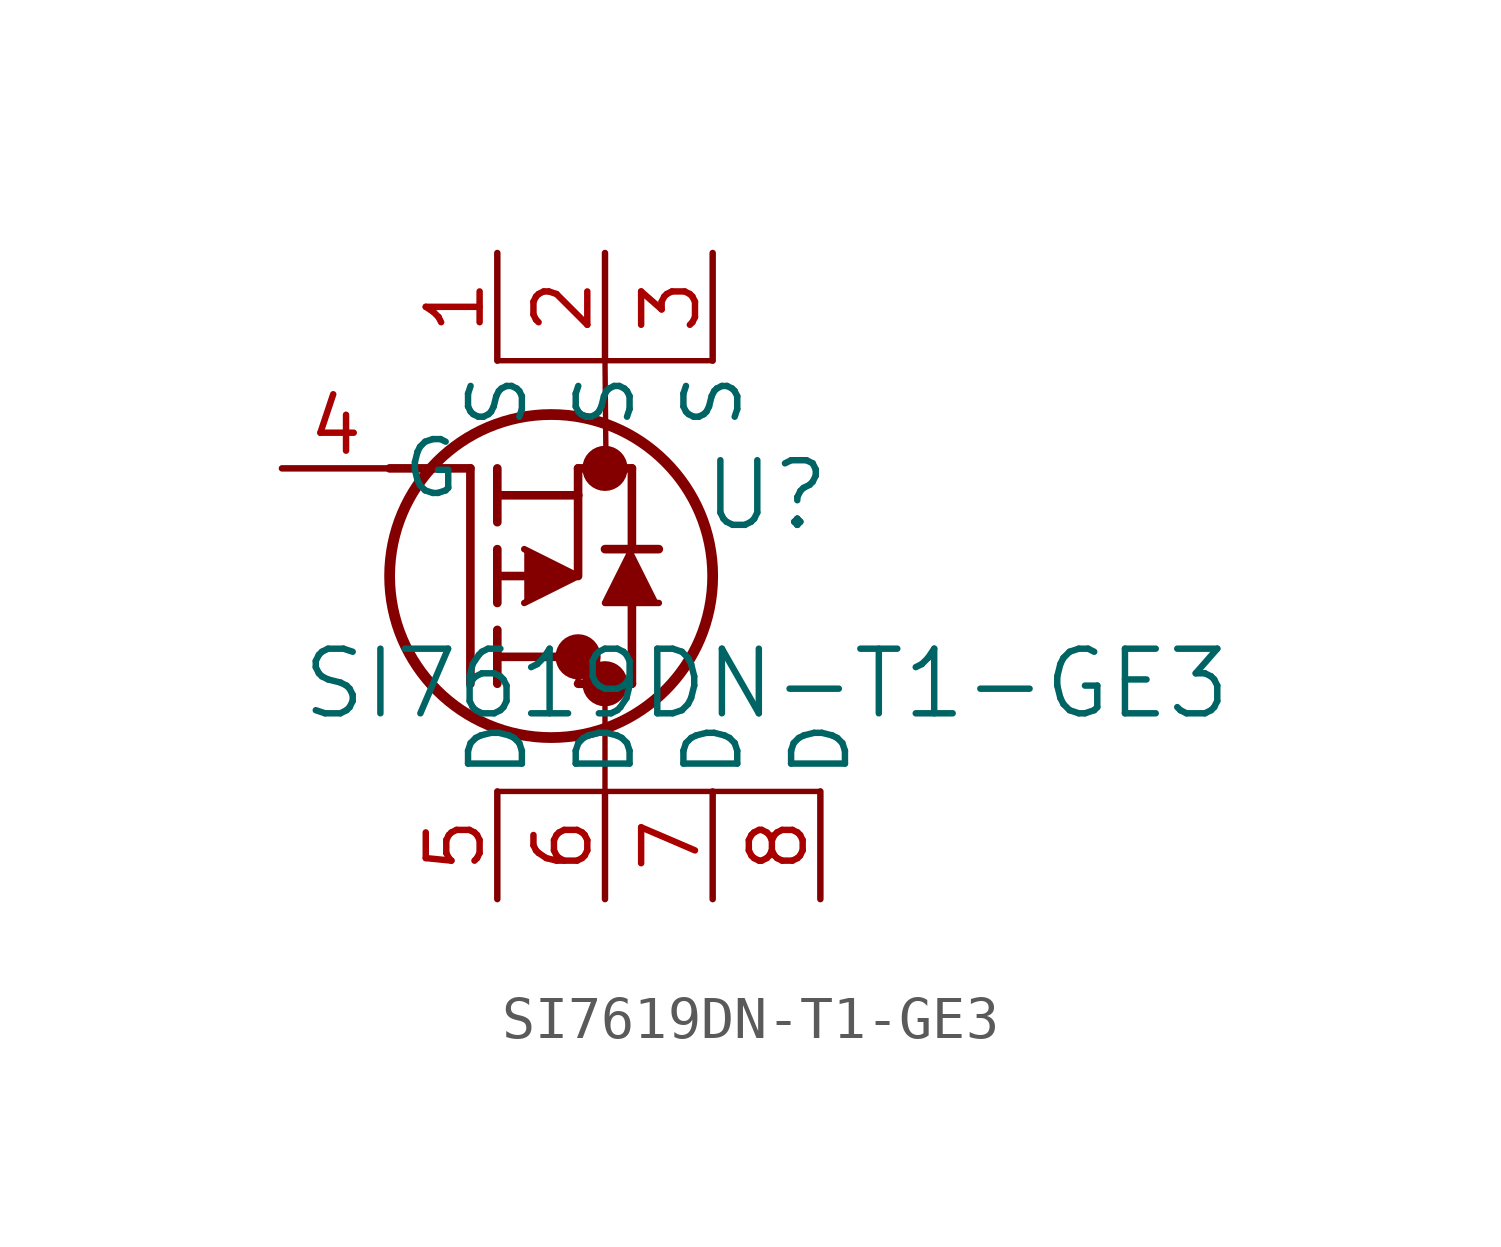
<source format=kicad_sym>
(kicad_symbol_lib
  (version 20211014)
  (generator kicad_symbol_editor)
  (symbol "SI7619DN-T1-GE3"
    (pin_names
      (offset 0.254))
    (property "Reference" "U"
      (at 11.43 -0.635 0)
      (effects (font (size 1.524 1.524))))
    (property "Value" "SI7619DN-T1-GE3"
      (at 11.43 -5.08 0)
      (effects (font (size 1.524 1.524))))
    (symbol "SI7619DN-T1-GE3_0_1"
      (polyline (pts (xy 2.54 0) (xy 4.445 0)) (stroke (width 0.203) (type default) (color 0 0 0 0)) (fill (type none)))
      (circle (center 7.62 0) (radius 0.025) (stroke (width 0.508) (type default) (color 0 0 0 0)) (fill (type none)))
      (circle (center 7.62 -5.08) (radius 0.025) (stroke (width 0.508) (type default) (color 0 0 0 0)) (fill (type none)))
      (circle (center 6.985 -4.445) (radius 0.025) (stroke (width 0.508) (type default) (color 0 0 0 0)) (fill (type none)))
      (circle (center 6.35 -2.54) (radius 3.81) (stroke (width 0.254) (type default) (color 0 0 0 0)) (fill (type none)))
      (polyline (pts (xy 4.445 -5.08) (xy 4.445 0)) (stroke (width 0.203) (type default) (color 0 0 0 0)) (fill (type none)))
      (polyline (pts (xy 5.08 -3.175) (xy 5.08 -1.905)) (stroke (width 0.203) (type default) (color 0 0 0 0)) (fill (type none)))
      (polyline (pts (xy 5.08 -5.08) (xy 5.08 -3.81)) (stroke (width 0.203) (type default) (color 0 0 0 0)) (fill (type none)))
      (polyline (pts (xy 5.08 -1.27) (xy 5.08 0)) (stroke (width 0.203) (type default) (color 0 0 0 0)) (fill (type none)))
      (polyline (pts (xy 5.715 -2.54) (xy 5.08 -2.54)) (stroke (width 0.203) (type default) (color 0 0 0 0)) (fill (type none)))
      (polyline (pts (xy 5.08 -4.445) (xy 6.985 -4.445)) (stroke (width 0.203) (type default) (color 0 0 0 0)) (fill (type none)))
      (polyline (pts (xy 6.985 -0.635) (xy 6.985 -2.54)) (stroke (width 0.203) (type default) (color 0 0 0 0)) (fill (type none)))
      (polyline (pts (xy 6.985 -5.08) (xy 8.255 -5.08)) (stroke (width 0.203) (type default) (color 0 0 0 0)) (fill (type none)))
      (polyline (pts (xy 5.08 -0.635) (xy 6.985 -0.635)) (stroke (width 0.203) (type default) (color 0 0 0 0)) (fill (type none)))
      (polyline (pts (xy 8.255 -1.905) (xy 8.255 0)) (stroke (width 0.203) (type default) (color 0 0 0 0)) (fill (type none)))
      (polyline (pts (xy 5.715 -3.175) (xy 6.985 -2.54) (xy 5.715 -1.905)) (stroke (width 0) (type default) (color 0 0 0 0)) (fill (type outline)))
      (polyline (pts (xy 8.89 -3.175) (xy 7.62 -3.175) (xy 8.255 -1.905)) (stroke (width 0) (type default) (color 0 0 0 0)) (fill (type outline)))
      (polyline (pts (xy 8.255 -5.08) (xy 8.255 -3.175)) (stroke (width 0.203) (type default) (color 0 0 0 0)) (fill (type none)))
      (polyline (pts (xy 8.89 -1.905) (xy 7.62 -1.905)) (stroke (width 0.203) (type default) (color 0 0 0 0)) (fill (type none)))
      (polyline (pts (xy 6.985 0) (xy 8.255 0)) (stroke (width 0.203) (type default) (color 0 0 0 0)) (fill (type none)))
      (polyline (pts (xy 6.985 -0.635) (xy 6.985 0)) (stroke (width 0.203) (type default) (color 0 0 0 0)) (fill (type none)))
      (polyline (pts (xy 6.985 -4.445) (xy 6.985 -5.08)) (stroke (width 0.127) (type default) (color 0 0 0 0)) (fill (type none)))
      (polyline (pts (xy 5.08 -7.62) (xy 12.7 -7.62)) (stroke (width 0.127) (type default) (color 0 0 0 0)) (fill (type none)))
      (polyline (pts (xy 5.08 2.54) (xy 10.16 2.54)) (stroke (width 0.127) (type default) (color 0 0 0 0)) (fill (type none)))
      (polyline (pts (xy 7.62 2.54) (xy 7.645 0)) (stroke (width 0.127) (type default) (color 0 0 0 0)) (fill (type none)))
      (polyline (pts (xy 7.62 -7.62) (xy 7.62 -5.08)) (stroke (width 0.127) (type default) (color 0 0 0 0)) (fill (type none)))
      (pin unspecified line (at 5.08 5.08 270) (length 2.54) (name "S" (effects (font (size 1.27 1.27)))) (number "1" (effects (font (size 1.27 1.27)))))
      (pin unspecified line (at 7.62 5.08 270) (length 2.54) (name "S" (effects (font (size 1.27 1.27)))) (number "2" (effects (font (size 1.27 1.27)))))
      (pin unspecified line (at 10.16 5.08 270) (length 2.54) (name "S" (effects (font (size 1.27 1.27)))) (number "3" (effects (font (size 1.27 1.27)))))
      (pin unspecified line (at 0 0 0) (length 2.54) (name "G" (effects (font (size 1.27 1.27)))) (number "4" (effects (font (size 1.27 1.27)))))
      (pin unspecified line (at 5.08 -10.16 90) (length 2.54) (name "D" (effects (font (size 1.27 1.27)))) (number "5" (effects (font (size 1.27 1.27)))))
      (pin unspecified line (at 7.62 -10.16 90) (length 2.54) (name "D" (effects (font (size 1.27 1.27)))) (number "6" (effects (font (size 1.27 1.27)))))
      (pin unspecified line (at 10.16 -10.16 90) (length 2.54) (name "D" (effects (font (size 1.27 1.27)))) (number "7" (effects (font (size 1.27 1.27)))))
      (pin unspecified line (at 12.7 -10.16 90) (length 2.54) (name "D" (effects (font (size 1.27 1.27)))) (number "8" (effects (font (size 1.27 1.27))))))))
</source>
